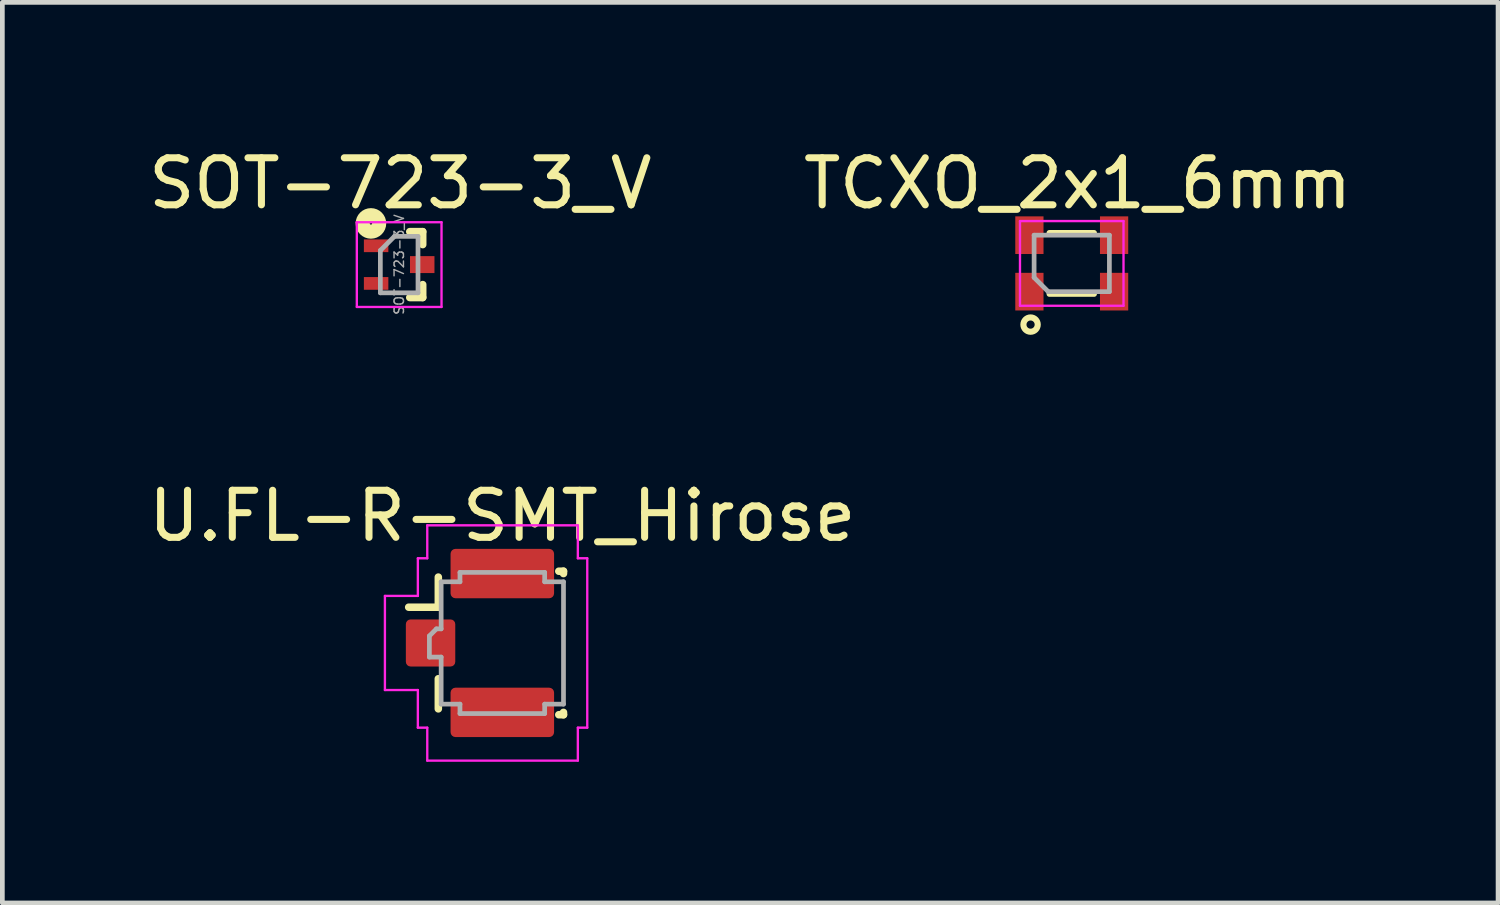
<source format=kicad_pcb>
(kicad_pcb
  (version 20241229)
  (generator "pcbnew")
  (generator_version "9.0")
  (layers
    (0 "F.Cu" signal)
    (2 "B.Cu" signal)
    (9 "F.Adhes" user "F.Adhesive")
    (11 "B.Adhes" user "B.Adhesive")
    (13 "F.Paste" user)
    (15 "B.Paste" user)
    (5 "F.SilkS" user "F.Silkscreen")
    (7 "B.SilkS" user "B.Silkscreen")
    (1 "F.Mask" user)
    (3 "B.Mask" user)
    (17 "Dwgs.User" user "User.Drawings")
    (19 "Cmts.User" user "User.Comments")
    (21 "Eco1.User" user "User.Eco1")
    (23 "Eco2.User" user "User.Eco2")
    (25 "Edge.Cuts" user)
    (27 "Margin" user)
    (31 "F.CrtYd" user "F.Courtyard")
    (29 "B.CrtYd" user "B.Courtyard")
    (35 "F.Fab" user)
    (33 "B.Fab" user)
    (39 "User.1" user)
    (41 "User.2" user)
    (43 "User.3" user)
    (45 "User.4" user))
  (footprint "SOT-723-3_V"
    (layer "F.Cu")
    (at 5.433 2.573)
    (property "Reference" "SOT-723-3_V" (at 0.025 -1.725 0) (layer "F.SilkS") (effects (font (size 1 1) (thickness 0.15))))
    (attr smd)
    (fp_line (start 0.5 -0.7) (end 0.225 -0.7) (stroke (width 0.16) (type solid)) (layer "F.SilkS"))
    (fp_line (start 0.5 -0.7) (end 0.5 -0.425) (stroke (width 0.16) (type solid)) (layer "F.SilkS"))
    (fp_line (start 0.5 0.425) (end 0.5 0.7) (stroke (width 0.16) (type solid)) (layer "F.SilkS"))
    (fp_line (start 0.5 0.7) (end 0.225 0.7) (stroke (width 0.16) (type solid)) (layer "F.SilkS"))
    (fp_circle (center -0.6 -0.875) (end -0.575 -0.875) (stroke (width 0.3) (type solid)) (fill no) (layer "F.SilkS"))
    (fp_line (start -0.9 -0.9) (end -0.9 -0.9) (stroke (width 0.05) (type solid)) (layer "F.CrtYd"))
    (fp_line (start -0.9 -0.9) (end 0.9 -0.9) (stroke (width 0.05) (type solid)) (layer "F.CrtYd"))
    (fp_line (start -0.9 0.9) (end -0.9 -0.9) (stroke (width 0.05) (type solid)) (layer "F.CrtYd"))
    (fp_line (start 0.9 -0.9) (end 0.9 0.9) (stroke (width 0.05) (type solid)) (layer "F.CrtYd"))
    (fp_line (start 0.9 0.9) (end -0.9 0.9) (stroke (width 0.05) (type solid)) (layer "F.CrtYd"))
    (fp_line (start -0.4 -0.3) (end -0.1 -0.6) (stroke (width 0.1) (type solid)) (layer "F.Fab"))
    (fp_line (start -0.4 0.6) (end -0.4 -0.3) (stroke (width 0.1) (type solid)) (layer "F.Fab"))
    (fp_line (start -0.1 -0.6) (end 0.4 -0.6) (stroke (width 0.1) (type solid)) (layer "F.Fab"))
    (fp_line (start 0.4 -0.6) (end 0.4 0.6) (stroke (width 0.1) (type solid)) (layer "F.Fab"))
    (fp_line (start 0.4 0.6) (end -0.4 0.6) (stroke (width 0.1) (type solid)) (layer "F.Fab"))
    (fp_text user "${REFERENCE}" (at 0 0 90) (layer "F.Fab") (effects (font (size 0.2 0.2) (thickness 0.03))))
    (pad "1" smd rect (at -0.49 -0.4) (size 0.52 0.27) (layers "F.Cu" "F.Mask" "F.Paste"))
    (pad "2" smd rect (at -0.49 0.4) (size 0.52 0.27) (layers "F.Cu" "F.Mask" "F.Paste" "Eco2.User"))
    (pad "3" smd rect (at 0.49 0) (size 0.52 0.36) (layers "F.Cu" "F.Mask" "F.Paste")))
  (footprint "TCXO_2x1_6mm"
    (layer "F.Cu")
    (at 19.726 2.548)
    (property "Reference" "TCXO_2x1_6mm" (at 0.125 -1.7 0) (layer "F.SilkS") (effects (font (size 1 1) (thickness 0.15))))
    (attr smd)
    (fp_line (start -0.475 -0.65) (end 0.475 -0.65) (stroke (width 0.12) (type solid)) (layer "F.SilkS"))
    (fp_line (start -0.475 0.65) (end 0.475 0.65) (stroke (width 0.12) (type solid)) (layer "F.SilkS"))
    (fp_circle (center -0.875 1.3) (end -0.725 1.275) (stroke (width 0.13) (type solid)) (fill no) (layer "F.SilkS"))
    (fp_line (start -1.1 -0.9) (end -1.1 0.9) (stroke (width 0.05) (type solid)) (layer "F.CrtYd"))
    (fp_line (start -1.1 0.9) (end 1.1 0.9) (stroke (width 0.05) (type solid)) (layer "F.CrtYd"))
    (fp_line (start 1.1 -0.9) (end -1.1 -0.9) (stroke (width 0.05) (type solid)) (layer "F.CrtYd"))
    (fp_line (start 1.1 0.9) (end 1.1 -0.9) (stroke (width 0.05) (type solid)) (layer "F.CrtYd"))
    (fp_line (start -0.8 -0.6) (end 0.8 -0.6) (stroke (width 0.1) (type solid)) (layer "F.Fab"))
    (fp_line (start -0.8 0.3) (end -0.8 -0.6) (stroke (width 0.1) (type solid)) (layer "F.Fab"))
    (fp_line (start -0.8 0.3) (end -0.5 0.6) (stroke (width 0.1) (type solid)) (layer "F.Fab"))
    (fp_line (start 0.8 -0.6) (end 0.8 0.6) (stroke (width 0.1) (type solid)) (layer "F.Fab"))
    (fp_line (start 0.8 0.6) (end -0.5 0.6) (stroke (width 0.1) (type solid)) (layer "F.Fab"))
    (pad "1" smd rect (at -0.9 0.6 270) (size 0.8 0.6) (layers "F.Cu" "F.Mask" "F.Paste"))
    (pad "2" smd rect (at 0.9 0.6 90) (size 0.8 0.6) (layers "F.Cu" "F.Mask" "F.Paste"))
    (pad "3" smd rect (at 0.9 -0.6 90) (size 0.8 0.6) (layers "F.Cu" "F.Mask" "F.Paste"))
    (pad "4" smd rect (at -0.9 -0.6 90) (size 0.8 0.6) (layers "F.Cu" "F.Mask" "F.Paste")))
  (footprint "U.FL-R-SMT_Hirose"
    (layer "F.Cu")
    (at 7.625 10.614)
    (property "Reference" "U.FL-R-SMT_Hirose" (at 0 -2.7 0) (layer "F.SilkS") (effects (font (size 1 1) (thickness 0.15))))
    (attr smd)
    (fp_line (start -1.36 -1.4) (end -1.36 -0.76) (stroke (width 0.16) (type solid)) (layer "F.SilkS"))
    (fp_line (start -1.36 -0.76) (end -1.99 -0.76) (stroke (width 0.16) (type solid)) (layer "F.SilkS"))
    (fp_line (start -1.36 1.4) (end -1.36 0.76) (stroke (width 0.16) (type solid)) (layer "F.SilkS"))
    (fp_line (start 1.2 -1.525) (end 1.3 -1.525) (stroke (width 0.16) (type solid)) (layer "F.SilkS"))
    (fp_line (start 1.2 1.525) (end 1.3 1.525) (stroke (width 0.16) (type solid)) (layer "F.SilkS"))
    (fp_line (start 1.3 -1.525) (end 1.3 -1.475) (stroke (width 0.16) (type solid)) (layer "F.SilkS"))
    (fp_line (start 1.3 1.475) (end 1.3 1.525) (stroke (width 0.16) (type solid)) (layer "F.SilkS"))
    (fp_line (start -2.495 1) (end -2.495 -1) (stroke (width 0.05) (type solid)) (layer "F.CrtYd"))
    (fp_line (start -1.795 -1.8) (end -1.595 -1.8) (stroke (width 0.05) (type solid)) (layer "F.CrtYd"))
    (fp_line (start -1.795 -1) (end -2.495 -1) (stroke (width 0.05) (type solid)) (layer "F.CrtYd"))
    (fp_line (start -1.795 -1) (end -1.795 -1.8) (stroke (width 0.05) (type solid)) (layer "F.CrtYd"))
    (fp_line (start -1.795 1) (end -2.495 1) (stroke (width 0.05) (type solid)) (layer "F.CrtYd"))
    (fp_line (start -1.795 1.8) (end -1.795 1) (stroke (width 0.05) (type solid)) (layer "F.CrtYd"))
    (fp_line (start -1.795 1.8) (end -1.595 1.8) (stroke (width 0.05) (type solid)) (layer "F.CrtYd"))
    (fp_line (start -1.595 -1.8) (end -1.595 -2.5) (stroke (width 0.05) (type solid)) (layer "F.CrtYd"))
    (fp_line (start -1.595 2.5) (end -1.595 1.8) (stroke (width 0.05) (type solid)) (layer "F.CrtYd"))
    (fp_line (start 1.605 -2.5) (end -1.595 -2.5) (stroke (width 0.05) (type solid)) (layer "F.CrtYd"))
    (fp_line (start 1.605 -1.8) (end 1.605 -2.5) (stroke (width 0.05) (type solid)) (layer "F.CrtYd"))
    (fp_line (start 1.605 -1.8) (end 1.805 -1.8) (stroke (width 0.05) (type solid)) (layer "F.CrtYd"))
    (fp_line (start 1.605 1.8) (end 1.805 1.8) (stroke (width 0.05) (type solid)) (layer "F.CrtYd"))
    (fp_line (start 1.605 2.5) (end -1.595 2.5) (stroke (width 0.05) (type solid)) (layer "F.CrtYd"))
    (fp_line (start 1.605 2.5) (end 1.605 1.8) (stroke (width 0.05) (type solid)) (layer "F.CrtYd"))
    (fp_line (start 1.805 1.8) (end 1.805 -1.8) (stroke (width 0.05) (type solid)) (layer "F.CrtYd"))
    (fp_line (start -1.55 0.3) (end -1.55 -0.15) (stroke (width 0.1) (type solid)) (layer "F.Fab"))
    (fp_line (start -1.55 0.3) (end -1.3 0.3) (stroke (width 0.1) (type solid)) (layer "F.Fab"))
    (fp_line (start -1.4 -0.3) (end -1.55 -0.15) (stroke (width 0.1) (type solid)) (layer "F.Fab"))
    (fp_line (start -1.4 -0.3) (end -1.3 -0.3) (stroke (width 0.1) (type solid)) (layer "F.Fab"))
    (fp_line (start -1.3 -0.3) (end -1.3 -1.3) (stroke (width 0.1) (type solid)) (layer "F.Fab"))
    (fp_line (start -1.3 0.3) (end -1.3 1.3) (stroke (width 0.1) (type solid)) (layer "F.Fab"))
    (fp_line (start -0.9 -1.5) (end -0.9 -1.3) (stroke (width 0.1) (type solid)) (layer "F.Fab"))
    (fp_line (start -0.9 -1.5) (end 0.9 -1.5) (stroke (width 0.1) (type solid)) (layer "F.Fab"))
    (fp_line (start -0.9 -1.3) (end -1.3 -1.3) (stroke (width 0.1) (type solid)) (layer "F.Fab"))
    (fp_line (start -0.9 1.3) (end -1.3 1.3) (stroke (width 0.1) (type solid)) (layer "F.Fab"))
    (fp_line (start -0.9 1.5) (end -0.9 1.3) (stroke (width 0.1) (type solid)) (layer "F.Fab"))
    (fp_line (start -0.9 1.5) (end 0.9 1.5) (stroke (width 0.1) (type solid)) (layer "F.Fab"))
    (fp_line (start 0.9 -1.5) (end 0.9 -1.3) (stroke (width 0.1) (type solid)) (layer "F.Fab"))
    (fp_line (start 0.9 1.5) (end 0.9 1.3) (stroke (width 0.1) (type solid)) (layer "F.Fab"))
    (fp_line (start 1.3 -1.3) (end 0.9 -1.3) (stroke (width 0.1) (type solid)) (layer "F.Fab"))
    (fp_line (start 1.3 -1.3) (end 1.3 1.3) (stroke (width 0.1) (type solid)) (layer "F.Fab"))
    (fp_line (start 1.3 1.3) (end 0.9 1.3) (stroke (width 0.1) (type solid)) (layer "F.Fab"))
    (pad "1" smd roundrect (at -1.525 0) (size 1.05 1) (layers "F.Cu" "F.Mask" "F.Paste") (roundrect_rratio 0.1))
    (pad "2" smd roundrect (at 0 1.475) (size 2.2 1.05) (layers "F.Cu" "F.Mask" "F.Paste") (roundrect_rratio 0.1))
    (pad "3" smd roundrect (at 0 -1.475) (size 2.2 1.05) (layers "F.Cu" "F.Mask" "F.Paste") (roundrect_rratio 0.1)))
  (gr_rect
    (start -3 -3)
    (end 28.786 16.139)
    (stroke (width 0.1) (type default))
    (fill no)
    (layer "Edge.Cuts")))
</source>
